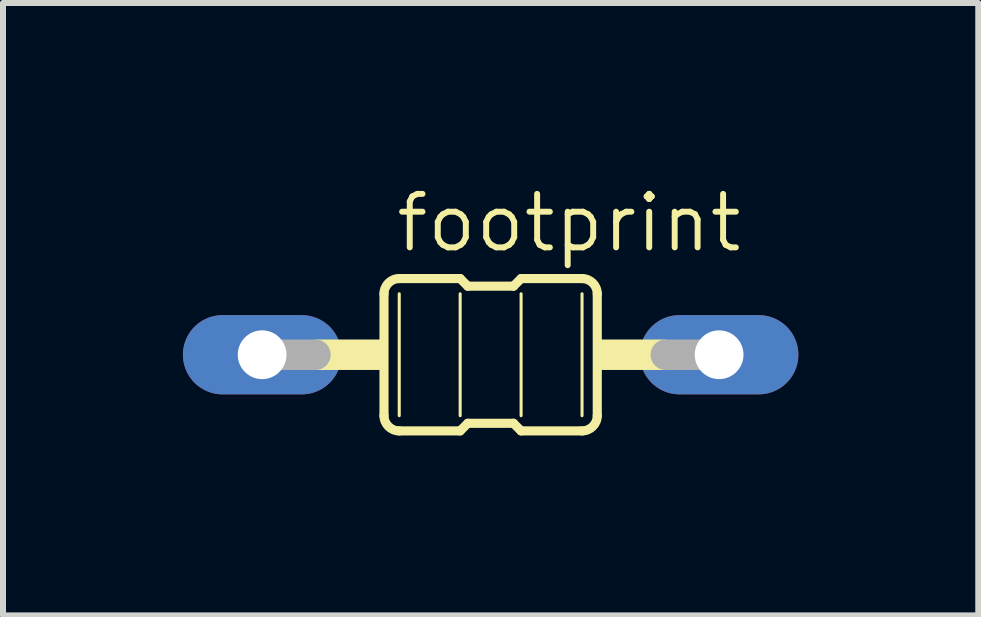
<source format=kicad_pcb>
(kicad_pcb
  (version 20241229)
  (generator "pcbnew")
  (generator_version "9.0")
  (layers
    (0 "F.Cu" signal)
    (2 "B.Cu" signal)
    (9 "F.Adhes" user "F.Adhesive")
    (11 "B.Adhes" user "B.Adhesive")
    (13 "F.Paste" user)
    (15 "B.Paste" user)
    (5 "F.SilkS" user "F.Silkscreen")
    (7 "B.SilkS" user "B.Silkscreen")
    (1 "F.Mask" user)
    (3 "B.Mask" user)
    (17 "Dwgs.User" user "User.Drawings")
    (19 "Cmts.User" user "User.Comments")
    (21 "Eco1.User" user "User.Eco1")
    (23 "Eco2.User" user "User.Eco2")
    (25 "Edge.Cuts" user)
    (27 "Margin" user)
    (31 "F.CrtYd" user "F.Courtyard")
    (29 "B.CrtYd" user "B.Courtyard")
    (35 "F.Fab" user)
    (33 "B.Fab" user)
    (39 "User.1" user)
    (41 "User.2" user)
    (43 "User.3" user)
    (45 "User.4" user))
  (footprint "footprint"
    (layer "F.Cu")
    (at 5.131 2.865)
    (property "Reference" "footprint" (at -1.626 -1.676 0) (layer "F.SilkS") (effects (font (size 0.892 0.892) (thickness 0.099)) (justify left bottom)))
    (fp_line (start -1.778 1.016) (end -1.778 -1.016) (stroke (width 0.152) (type solid)) (layer "F.SilkS"))
    (fp_line (start -1.524 -1.27) (end -0.508 -1.27) (stroke (width 0.152) (type solid)) (layer "F.SilkS"))
    (fp_line (start -1.524 -1.016) (end -1.524 1.016) (stroke (width 0.051) (type solid)) (layer "F.SilkS"))
    (fp_line (start -1.524 1.27) (end -0.508 1.27) (stroke (width 0.152) (type solid)) (layer "F.SilkS"))
    (fp_line (start -0.508 -1.016) (end -0.508 1.016) (stroke (width 0.051) (type solid)) (layer "F.SilkS"))
    (fp_line (start -0.381 -1.143) (end -0.508 -1.27) (stroke (width 0.152) (type solid)) (layer "F.SilkS"))
    (fp_line (start -0.381 1.143) (end -0.508 1.27) (stroke (width 0.152) (type solid)) (layer "F.SilkS"))
    (fp_line (start 0.381 -1.143) (end -0.381 -1.143) (stroke (width 0.152) (type solid)) (layer "F.SilkS"))
    (fp_line (start 0.381 -1.143) (end 0.508 -1.27) (stroke (width 0.152) (type solid)) (layer "F.SilkS"))
    (fp_line (start 0.381 1.143) (end -0.381 1.143) (stroke (width 0.152) (type solid)) (layer "F.SilkS"))
    (fp_line (start 0.381 1.143) (end 0.508 1.27) (stroke (width 0.152) (type solid)) (layer "F.SilkS"))
    (fp_line (start 0.508 -1.016) (end 0.508 1.016) (stroke (width 0.051) (type solid)) (layer "F.SilkS"))
    (fp_line (start 1.524 -1.27) (end 0.508 -1.27) (stroke (width 0.152) (type solid)) (layer "F.SilkS"))
    (fp_line (start 1.524 -1.016) (end 1.524 1.016) (stroke (width 0.051) (type solid)) (layer "F.SilkS"))
    (fp_line (start 1.524 1.27) (end 0.508 1.27) (stroke (width 0.152) (type solid)) (layer "F.SilkS"))
    (fp_line (start 1.778 1.016) (end 1.778 -1.016) (stroke (width 0.152) (type solid)) (layer "F.SilkS"))
    (fp_arc (start -1.778 -1.016) (mid -1.703605 -1.195605) (end -1.524 -1.27) (stroke (width 0.1524) (type solid)) (layer "F.SilkS"))
    (fp_arc (start -1.524 1.27) (mid -1.703605 1.195605) (end -1.778 1.016) (stroke (width 0.1524) (type solid)) (layer "F.SilkS"))
    (fp_arc (start 1.524 -1.27) (mid 1.703605 -1.195605) (end 1.778 -1.016) (stroke (width 0.1524) (type solid)) (layer "F.SilkS"))
    (fp_arc (start 1.778 1.016) (mid 1.703605 1.195605) (end 1.524 1.27) (stroke (width 0.1524) (type solid)) (layer "F.SilkS"))
    (fp_poly (pts (xy -2.921 0.254) (xy -1.778 0.254) (xy -1.778 -0.254) (xy -2.921 -0.254)) (stroke (width 0) (type solid)) (fill yes) (layer "F.SilkS"))
    (fp_poly (pts (xy 1.778 0.254) (xy 2.921 0.254) (xy 2.921 -0.254) (xy 1.778 -0.254)) (stroke (width 0) (type solid)) (fill yes) (layer "F.SilkS"))
    (fp_line (start -3.81 0) (end -2.921 0) (stroke (width 0.508) (type solid)) (layer "F.Fab"))
    (fp_line (start 3.81 0) (end 2.921 0) (stroke (width 0.508) (type solid)) (layer "F.Fab"))
    (pad "1" thru_hole oval (at -3.81 0) (size 2.642 1.321) (drill 0.813) (layers "*.Cu" "*.Mask"))
    (pad "2" thru_hole oval (at 3.81 0) (size 2.642 1.321) (drill 0.813) (layers "*.Cu" "*.Mask")))
  (gr_rect
    (start -3 -3)
    (end 13.262 7.211)
    (stroke (width 0.1) (type default))
    (fill no)
    (layer "Edge.Cuts")))
</source>
